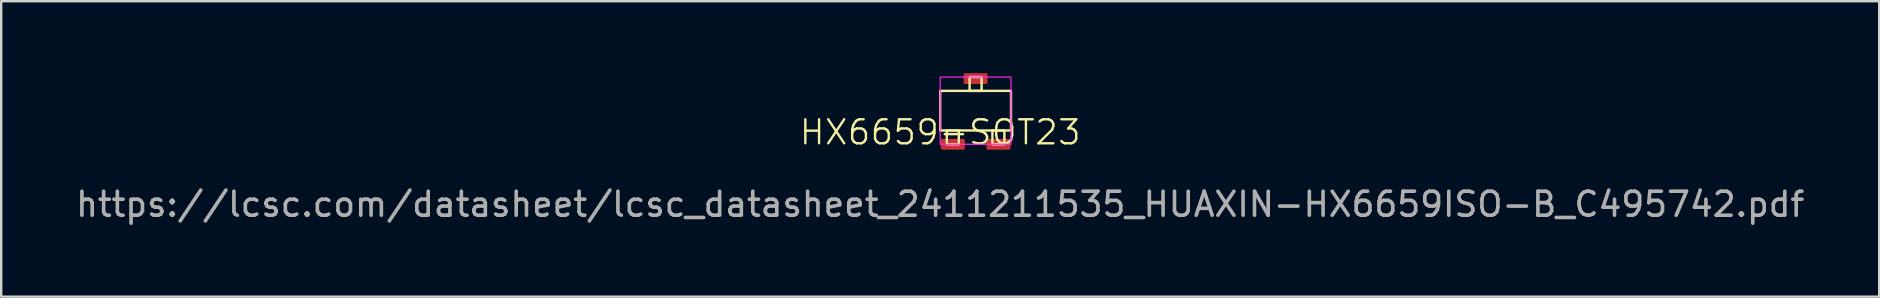
<source format=kicad_pcb>
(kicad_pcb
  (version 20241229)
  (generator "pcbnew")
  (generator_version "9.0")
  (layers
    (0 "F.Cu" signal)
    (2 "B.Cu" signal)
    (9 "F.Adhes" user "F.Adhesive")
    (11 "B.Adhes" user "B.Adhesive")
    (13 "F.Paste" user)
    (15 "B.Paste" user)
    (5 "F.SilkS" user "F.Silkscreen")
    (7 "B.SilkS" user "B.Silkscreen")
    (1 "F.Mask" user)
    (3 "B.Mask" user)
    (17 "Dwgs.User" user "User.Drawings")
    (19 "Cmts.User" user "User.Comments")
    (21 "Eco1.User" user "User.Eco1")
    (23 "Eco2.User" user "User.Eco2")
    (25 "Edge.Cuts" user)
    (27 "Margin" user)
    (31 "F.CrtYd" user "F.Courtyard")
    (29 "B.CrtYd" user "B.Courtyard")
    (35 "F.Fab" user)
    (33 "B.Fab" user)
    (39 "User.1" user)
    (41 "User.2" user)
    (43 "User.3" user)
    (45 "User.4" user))
  (footprint "HX6659-SOT23"
    (layer "F.Cu")
    (at 36.125 2.962)
    (property "Reference" "HX6659-SOT23" (at 0 -0.5 0) (unlocked yes) (layer "F.SilkS") (effects (font (size 1 1) (thickness 0.1))))
    (attr smd)
    (fp_rect (start 0 -0.575) (end 2.95 -2.225) (stroke (width 0.1) (type solid)) (fill no) (layer "F.SilkS"))
    (fp_rect (start 0.275 -0.575) (end 0.775 0) (stroke (width 0.1) (type solid)) (fill no) (layer "F.SilkS"))
    (fp_rect (start 1.225 -2.8) (end 1.725 -2.225) (stroke (width 0.1) (type solid)) (fill no) (layer "F.SilkS"))
    (fp_rect (start 2.175 -0.575) (end 2.675 0) (stroke (width 0.1) (type solid)) (fill no) (layer "F.SilkS"))
    (fp_rect (start 0 -2.8) (end 2.95 0) (stroke (width 0.05) (type solid)) (fill no) (layer "F.CrtYd"))
    (fp_text user "https://lcsc.com/datasheet/lcsc_datasheet_2411211535_HUAXIN-HX6659ISO-B_C495742.pdf" (at 0 2.5 0) (unlocked yes) (layer "F.Fab") (effects (font (size 1 1) (thickness 0.15))))
    (pad "1" smd roundrect (at 0.525 0 180) (size 1 0.45) (layers "F.Cu" "F.Mask" "F.Paste") (roundrect_rratio 0.15))
    (pad "2" smd roundrect (at 2.425 0) (size 1 0.45) (layers "F.Cu" "F.Mask" "F.Paste") (roundrect_rratio 0.15))
    (pad "3" smd roundrect (at 1.475 -2.737) (size 1 0.45) (layers "F.Cu" "F.Mask" "F.Paste") (roundrect_rratio 0.15)))
  (gr_rect
    (start -3 -3)
    (end 75.25 9.311)
    (stroke (width 0.1) (type default))
    (fill no)
    (layer "Edge.Cuts")))
</source>
